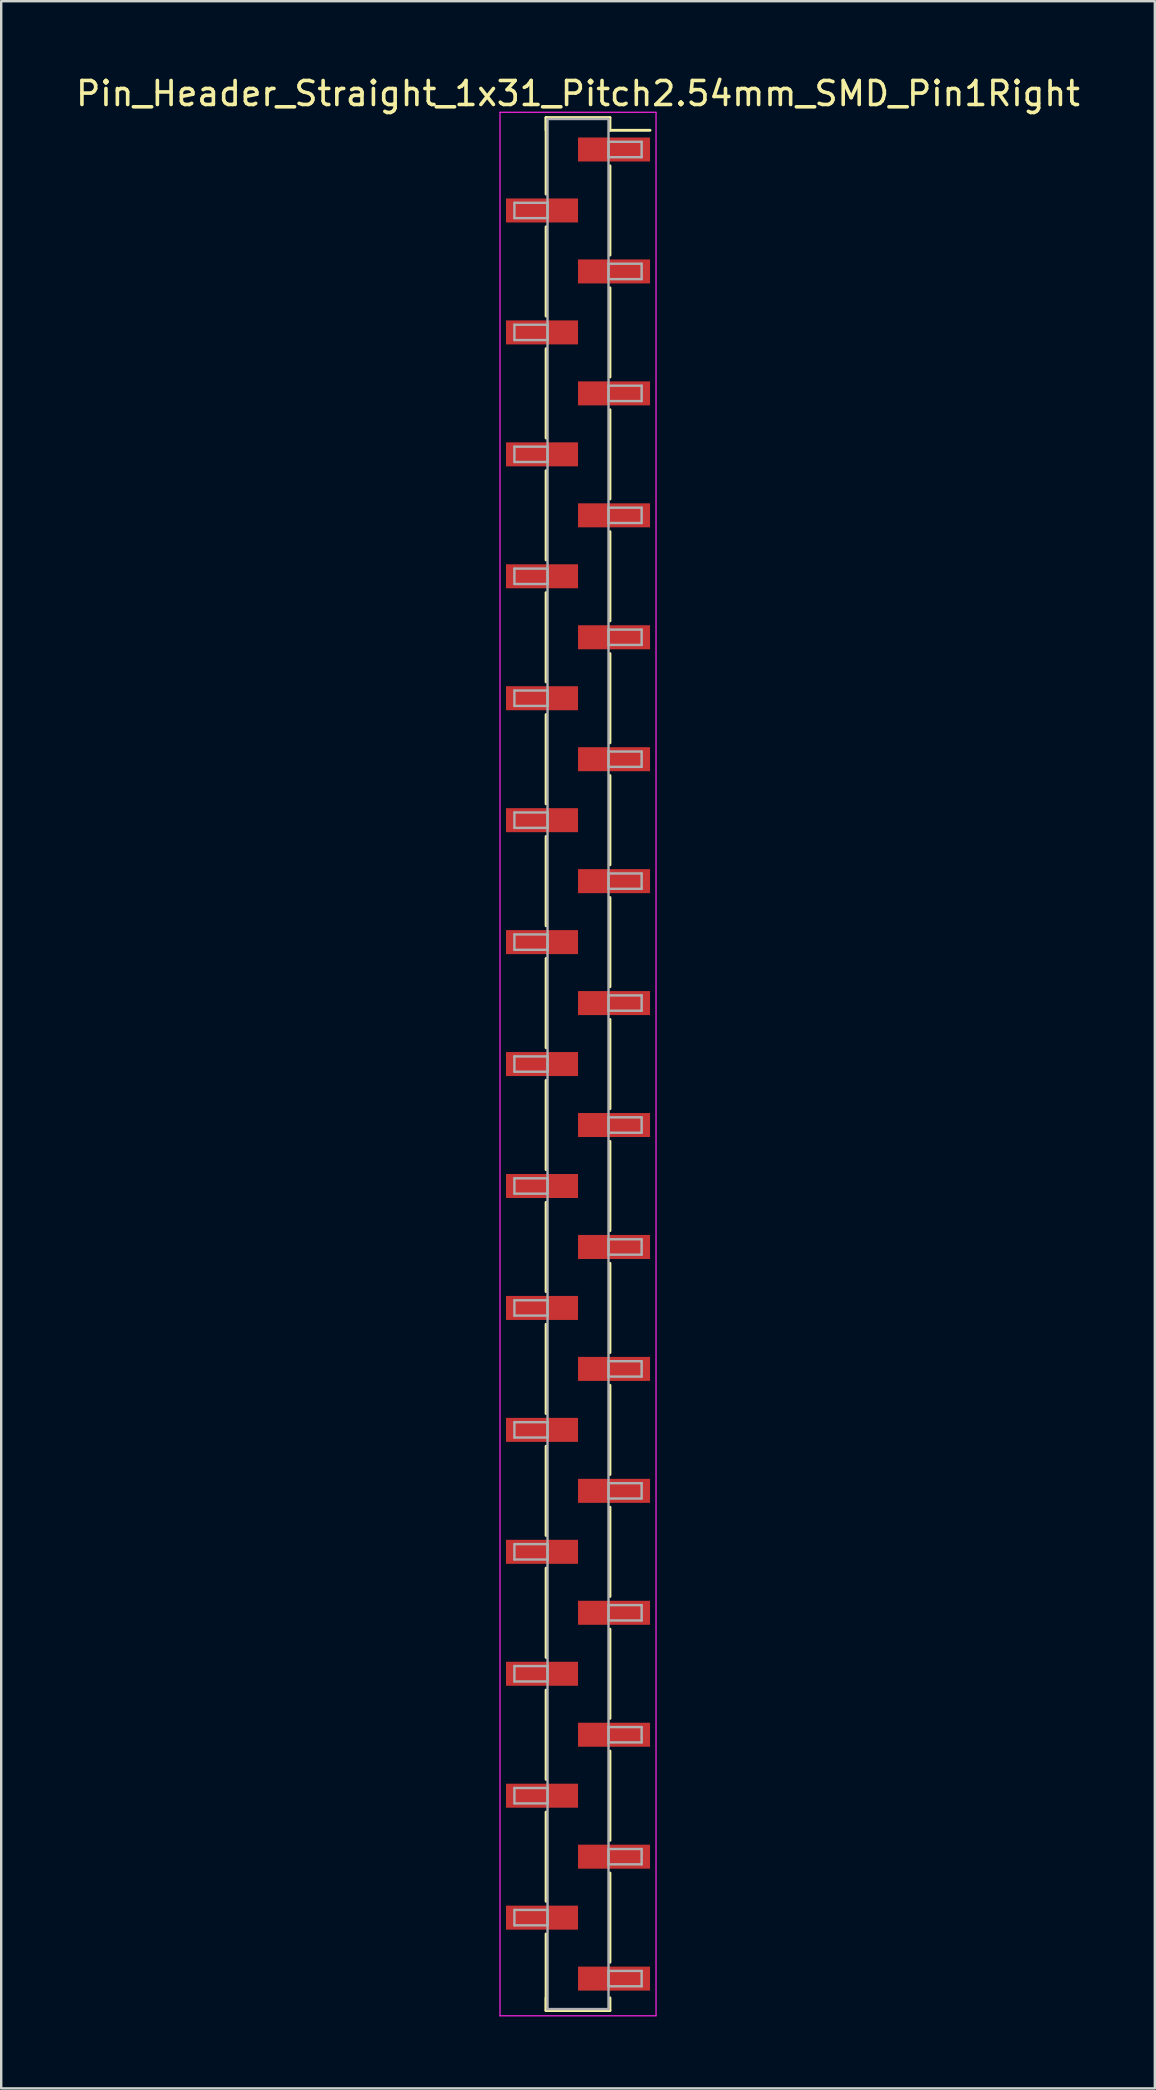
<source format=kicad_pcb>
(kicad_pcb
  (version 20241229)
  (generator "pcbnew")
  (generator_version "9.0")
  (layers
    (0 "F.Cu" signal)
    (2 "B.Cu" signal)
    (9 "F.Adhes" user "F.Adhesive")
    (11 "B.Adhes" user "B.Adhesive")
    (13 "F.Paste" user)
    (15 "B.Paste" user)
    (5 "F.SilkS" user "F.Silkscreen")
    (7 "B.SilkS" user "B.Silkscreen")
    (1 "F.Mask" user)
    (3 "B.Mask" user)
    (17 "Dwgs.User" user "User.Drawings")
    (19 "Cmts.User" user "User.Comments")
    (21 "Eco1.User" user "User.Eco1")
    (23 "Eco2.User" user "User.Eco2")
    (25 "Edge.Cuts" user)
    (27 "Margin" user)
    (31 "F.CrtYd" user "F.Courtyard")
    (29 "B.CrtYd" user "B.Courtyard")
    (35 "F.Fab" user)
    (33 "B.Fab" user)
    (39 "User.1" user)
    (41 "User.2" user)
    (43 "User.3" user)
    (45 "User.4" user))
  (footprint "Pin_Header_Straight_1x31_Pitch2.54mm_SMD_Pin1Right"
    (layer "F.Cu")
    (at 21.03 41.278)
    (property "Reference" "Pin_Header_Straight_1x31_Pitch2.54mm_SMD_Pin1Right" (at 0 -40.43 0) (layer "F.SilkS") (effects (font (size 1 1) (thickness 0.15))))
    (attr smd)
    (fp_line (start -1.33 -39.43) (end -1.33 -36.24) (stroke (width 0.12) (type solid)) (layer "F.SilkS"))
    (fp_line (start -1.33 -39.43) (end 1.33 -39.43) (stroke (width 0.12) (type solid)) (layer "F.SilkS"))
    (fp_line (start -1.33 -38.9) (end -1.33 -39.43) (stroke (width 0.12) (type solid)) (layer "F.SilkS"))
    (fp_line (start -1.33 -34.88) (end -1.33 -31.16) (stroke (width 0.12) (type solid)) (layer "F.SilkS"))
    (fp_line (start -1.33 -29.8) (end -1.33 -26.08) (stroke (width 0.12) (type solid)) (layer "F.SilkS"))
    (fp_line (start -1.33 -24.72) (end -1.33 -21) (stroke (width 0.12) (type solid)) (layer "F.SilkS"))
    (fp_line (start -1.33 -19.64) (end -1.33 -15.92) (stroke (width 0.12) (type solid)) (layer "F.SilkS"))
    (fp_line (start -1.33 -14.56) (end -1.33 -10.84) (stroke (width 0.12) (type solid)) (layer "F.SilkS"))
    (fp_line (start -1.33 -9.48) (end -1.33 -5.76) (stroke (width 0.12) (type solid)) (layer "F.SilkS"))
    (fp_line (start -1.33 -4.4) (end -1.33 -0.68) (stroke (width 0.12) (type solid)) (layer "F.SilkS"))
    (fp_line (start -1.33 0.68) (end -1.33 4.4) (stroke (width 0.12) (type solid)) (layer "F.SilkS"))
    (fp_line (start -1.33 5.76) (end -1.33 9.48) (stroke (width 0.12) (type solid)) (layer "F.SilkS"))
    (fp_line (start -1.33 10.84) (end -1.33 14.56) (stroke (width 0.12) (type solid)) (layer "F.SilkS"))
    (fp_line (start -1.33 15.92) (end -1.33 19.64) (stroke (width 0.12) (type solid)) (layer "F.SilkS"))
    (fp_line (start -1.33 21) (end -1.33 24.72) (stroke (width 0.12) (type solid)) (layer "F.SilkS"))
    (fp_line (start -1.33 26.08) (end -1.33 29.8) (stroke (width 0.12) (type solid)) (layer "F.SilkS"))
    (fp_line (start -1.33 31.16) (end -1.33 34.88) (stroke (width 0.12) (type solid)) (layer "F.SilkS"))
    (fp_line (start -1.33 36.24) (end -1.33 39.43) (stroke (width 0.12) (type solid)) (layer "F.SilkS"))
    (fp_line (start -1.33 38.9) (end -1.33 39.43) (stroke (width 0.12) (type solid)) (layer "F.SilkS"))
    (fp_line (start -1.33 39.43) (end 1.33 39.43) (stroke (width 0.12) (type solid)) (layer "F.SilkS"))
    (fp_line (start 1.33 -39.43) (end 1.33 -38.9) (stroke (width 0.12) (type solid)) (layer "F.SilkS"))
    (fp_line (start 1.33 -38.9) (end 3 -38.9) (stroke (width 0.12) (type solid)) (layer "F.SilkS"))
    (fp_line (start 1.33 -37.42) (end 1.33 -33.7) (stroke (width 0.12) (type solid)) (layer "F.SilkS"))
    (fp_line (start 1.33 -32.34) (end 1.33 -28.62) (stroke (width 0.12) (type solid)) (layer "F.SilkS"))
    (fp_line (start 1.33 -27.26) (end 1.33 -23.54) (stroke (width 0.12) (type solid)) (layer "F.SilkS"))
    (fp_line (start 1.33 -22.18) (end 1.33 -18.46) (stroke (width 0.12) (type solid)) (layer "F.SilkS"))
    (fp_line (start 1.33 -17.1) (end 1.33 -13.38) (stroke (width 0.12) (type solid)) (layer "F.SilkS"))
    (fp_line (start 1.33 -12.02) (end 1.33 -8.3) (stroke (width 0.12) (type solid)) (layer "F.SilkS"))
    (fp_line (start 1.33 -6.94) (end 1.33 -3.22) (stroke (width 0.12) (type solid)) (layer "F.SilkS"))
    (fp_line (start 1.33 -1.86) (end 1.33 1.86) (stroke (width 0.12) (type solid)) (layer "F.SilkS"))
    (fp_line (start 1.33 3.22) (end 1.33 6.94) (stroke (width 0.12) (type solid)) (layer "F.SilkS"))
    (fp_line (start 1.33 8.3) (end 1.33 12.02) (stroke (width 0.12) (type solid)) (layer "F.SilkS"))
    (fp_line (start 1.33 13.38) (end 1.33 17.1) (stroke (width 0.12) (type solid)) (layer "F.SilkS"))
    (fp_line (start 1.33 18.46) (end 1.33 22.18) (stroke (width 0.12) (type solid)) (layer "F.SilkS"))
    (fp_line (start 1.33 23.54) (end 1.33 27.26) (stroke (width 0.12) (type solid)) (layer "F.SilkS"))
    (fp_line (start 1.33 28.62) (end 1.33 32.34) (stroke (width 0.12) (type solid)) (layer "F.SilkS"))
    (fp_line (start 1.33 33.7) (end 1.33 37.42) (stroke (width 0.12) (type solid)) (layer "F.SilkS"))
    (fp_line (start 1.33 39.43) (end 1.33 38.9) (stroke (width 0.12) (type solid)) (layer "F.SilkS"))
    (fp_line (start -3.25 -39.65) (end -3.25 39.65) (stroke (width 0.05) (type solid)) (layer "F.CrtYd"))
    (fp_line (start -3.25 39.65) (end 3.25 39.65) (stroke (width 0.05) (type solid)) (layer "F.CrtYd"))
    (fp_line (start 3.25 -39.65) (end -3.25 -39.65) (stroke (width 0.05) (type solid)) (layer "F.CrtYd"))
    (fp_line (start 3.25 39.65) (end 3.25 -39.65) (stroke (width 0.05) (type solid)) (layer "F.CrtYd"))
    (fp_line (start -2.65 -35.88) (end -1.27 -35.88) (stroke (width 0.1) (type solid)) (layer "F.Fab"))
    (fp_line (start -2.65 -35.24) (end -2.65 -35.88) (stroke (width 0.1) (type solid)) (layer "F.Fab"))
    (fp_line (start -2.65 -30.8) (end -1.27 -30.8) (stroke (width 0.1) (type solid)) (layer "F.Fab"))
    (fp_line (start -2.65 -30.16) (end -2.65 -30.8) (stroke (width 0.1) (type solid)) (layer "F.Fab"))
    (fp_line (start -2.65 -25.72) (end -1.27 -25.72) (stroke (width 0.1) (type solid)) (layer "F.Fab"))
    (fp_line (start -2.65 -25.08) (end -2.65 -25.72) (stroke (width 0.1) (type solid)) (layer "F.Fab"))
    (fp_line (start -2.65 -20.64) (end -1.27 -20.64) (stroke (width 0.1) (type solid)) (layer "F.Fab"))
    (fp_line (start -2.65 -20) (end -2.65 -20.64) (stroke (width 0.1) (type solid)) (layer "F.Fab"))
    (fp_line (start -2.65 -15.56) (end -1.27 -15.56) (stroke (width 0.1) (type solid)) (layer "F.Fab"))
    (fp_line (start -2.65 -14.92) (end -2.65 -15.56) (stroke (width 0.1) (type solid)) (layer "F.Fab"))
    (fp_line (start -2.65 -10.48) (end -1.27 -10.48) (stroke (width 0.1) (type solid)) (layer "F.Fab"))
    (fp_line (start -2.65 -9.84) (end -2.65 -10.48) (stroke (width 0.1) (type solid)) (layer "F.Fab"))
    (fp_line (start -2.65 -5.4) (end -1.27 -5.4) (stroke (width 0.1) (type solid)) (layer "F.Fab"))
    (fp_line (start -2.65 -4.76) (end -2.65 -5.4) (stroke (width 0.1) (type solid)) (layer "F.Fab"))
    (fp_line (start -2.65 -0.32) (end -1.27 -0.32) (stroke (width 0.1) (type solid)) (layer "F.Fab"))
    (fp_line (start -2.65 0.32) (end -2.65 -0.32) (stroke (width 0.1) (type solid)) (layer "F.Fab"))
    (fp_line (start -2.65 4.76) (end -1.27 4.76) (stroke (width 0.1) (type solid)) (layer "F.Fab"))
    (fp_line (start -2.65 5.4) (end -2.65 4.76) (stroke (width 0.1) (type solid)) (layer "F.Fab"))
    (fp_line (start -2.65 9.84) (end -1.27 9.84) (stroke (width 0.1) (type solid)) (layer "F.Fab"))
    (fp_line (start -2.65 10.48) (end -2.65 9.84) (stroke (width 0.1) (type solid)) (layer "F.Fab"))
    (fp_line (start -2.65 14.92) (end -1.27 14.92) (stroke (width 0.1) (type solid)) (layer "F.Fab"))
    (fp_line (start -2.65 15.56) (end -2.65 14.92) (stroke (width 0.1) (type solid)) (layer "F.Fab"))
    (fp_line (start -2.65 20) (end -1.27 20) (stroke (width 0.1) (type solid)) (layer "F.Fab"))
    (fp_line (start -2.65 20.64) (end -2.65 20) (stroke (width 0.1) (type solid)) (layer "F.Fab"))
    (fp_line (start -2.65 25.08) (end -1.27 25.08) (stroke (width 0.1) (type solid)) (layer "F.Fab"))
    (fp_line (start -2.65 25.72) (end -2.65 25.08) (stroke (width 0.1) (type solid)) (layer "F.Fab"))
    (fp_line (start -2.65 30.16) (end -1.27 30.16) (stroke (width 0.1) (type solid)) (layer "F.Fab"))
    (fp_line (start -2.65 30.8) (end -2.65 30.16) (stroke (width 0.1) (type solid)) (layer "F.Fab"))
    (fp_line (start -2.65 35.24) (end -1.27 35.24) (stroke (width 0.1) (type solid)) (layer "F.Fab"))
    (fp_line (start -2.65 35.88) (end -2.65 35.24) (stroke (width 0.1) (type solid)) (layer "F.Fab"))
    (fp_line (start -1.27 -39.37) (end -1.27 39.37) (stroke (width 0.1) (type solid)) (layer "F.Fab"))
    (fp_line (start -1.27 -35.88) (end -1.27 -35.24) (stroke (width 0.1) (type solid)) (layer "F.Fab"))
    (fp_line (start -1.27 -35.24) (end -2.65 -35.24) (stroke (width 0.1) (type solid)) (layer "F.Fab"))
    (fp_line (start -1.27 -30.8) (end -1.27 -30.16) (stroke (width 0.1) (type solid)) (layer "F.Fab"))
    (fp_line (start -1.27 -30.16) (end -2.65 -30.16) (stroke (width 0.1) (type solid)) (layer "F.Fab"))
    (fp_line (start -1.27 -25.72) (end -1.27 -25.08) (stroke (width 0.1) (type solid)) (layer "F.Fab"))
    (fp_line (start -1.27 -25.08) (end -2.65 -25.08) (stroke (width 0.1) (type solid)) (layer "F.Fab"))
    (fp_line (start -1.27 -20.64) (end -1.27 -20) (stroke (width 0.1) (type solid)) (layer "F.Fab"))
    (fp_line (start -1.27 -20) (end -2.65 -20) (stroke (width 0.1) (type solid)) (layer "F.Fab"))
    (fp_line (start -1.27 -15.56) (end -1.27 -14.92) (stroke (width 0.1) (type solid)) (layer "F.Fab"))
    (fp_line (start -1.27 -14.92) (end -2.65 -14.92) (stroke (width 0.1) (type solid)) (layer "F.Fab"))
    (fp_line (start -1.27 -10.48) (end -1.27 -9.84) (stroke (width 0.1) (type solid)) (layer "F.Fab"))
    (fp_line (start -1.27 -9.84) (end -2.65 -9.84) (stroke (width 0.1) (type solid)) (layer "F.Fab"))
    (fp_line (start -1.27 -5.4) (end -1.27 -4.76) (stroke (width 0.1) (type solid)) (layer "F.Fab"))
    (fp_line (start -1.27 -4.76) (end -2.65 -4.76) (stroke (width 0.1) (type solid)) (layer "F.Fab"))
    (fp_line (start -1.27 -0.32) (end -1.27 0.32) (stroke (width 0.1) (type solid)) (layer "F.Fab"))
    (fp_line (start -1.27 0.32) (end -2.65 0.32) (stroke (width 0.1) (type solid)) (layer "F.Fab"))
    (fp_line (start -1.27 4.76) (end -1.27 5.4) (stroke (width 0.1) (type solid)) (layer "F.Fab"))
    (fp_line (start -1.27 5.4) (end -2.65 5.4) (stroke (width 0.1) (type solid)) (layer "F.Fab"))
    (fp_line (start -1.27 9.84) (end -1.27 10.48) (stroke (width 0.1) (type solid)) (layer "F.Fab"))
    (fp_line (start -1.27 10.48) (end -2.65 10.48) (stroke (width 0.1) (type solid)) (layer "F.Fab"))
    (fp_line (start -1.27 14.92) (end -1.27 15.56) (stroke (width 0.1) (type solid)) (layer "F.Fab"))
    (fp_line (start -1.27 15.56) (end -2.65 15.56) (stroke (width 0.1) (type solid)) (layer "F.Fab"))
    (fp_line (start -1.27 20) (end -1.27 20.64) (stroke (width 0.1) (type solid)) (layer "F.Fab"))
    (fp_line (start -1.27 20.64) (end -2.65 20.64) (stroke (width 0.1) (type solid)) (layer "F.Fab"))
    (fp_line (start -1.27 25.08) (end -1.27 25.72) (stroke (width 0.1) (type solid)) (layer "F.Fab"))
    (fp_line (start -1.27 25.72) (end -2.65 25.72) (stroke (width 0.1) (type solid)) (layer "F.Fab"))
    (fp_line (start -1.27 30.16) (end -1.27 30.8) (stroke (width 0.1) (type solid)) (layer "F.Fab"))
    (fp_line (start -1.27 30.8) (end -2.65 30.8) (stroke (width 0.1) (type solid)) (layer "F.Fab"))
    (fp_line (start -1.27 35.24) (end -1.27 35.88) (stroke (width 0.1) (type solid)) (layer "F.Fab"))
    (fp_line (start -1.27 35.88) (end -2.65 35.88) (stroke (width 0.1) (type solid)) (layer "F.Fab"))
    (fp_line (start -1.27 39.37) (end 1.27 39.37) (stroke (width 0.1) (type solid)) (layer "F.Fab"))
    (fp_line (start 1.27 -39.37) (end -1.27 -39.37) (stroke (width 0.1) (type solid)) (layer "F.Fab"))
    (fp_line (start 1.27 -38.42) (end 1.27 -37.78) (stroke (width 0.1) (type solid)) (layer "F.Fab"))
    (fp_line (start 1.27 -37.78) (end 2.65 -37.78) (stroke (width 0.1) (type solid)) (layer "F.Fab"))
    (fp_line (start 1.27 -33.34) (end 1.27 -32.7) (stroke (width 0.1) (type solid)) (layer "F.Fab"))
    (fp_line (start 1.27 -32.7) (end 2.65 -32.7) (stroke (width 0.1) (type solid)) (layer "F.Fab"))
    (fp_line (start 1.27 -28.26) (end 1.27 -27.62) (stroke (width 0.1) (type solid)) (layer "F.Fab"))
    (fp_line (start 1.27 -27.62) (end 2.65 -27.62) (stroke (width 0.1) (type solid)) (layer "F.Fab"))
    (fp_line (start 1.27 -23.18) (end 1.27 -22.54) (stroke (width 0.1) (type solid)) (layer "F.Fab"))
    (fp_line (start 1.27 -22.54) (end 2.65 -22.54) (stroke (width 0.1) (type solid)) (layer "F.Fab"))
    (fp_line (start 1.27 -18.1) (end 1.27 -17.46) (stroke (width 0.1) (type solid)) (layer "F.Fab"))
    (fp_line (start 1.27 -17.46) (end 2.65 -17.46) (stroke (width 0.1) (type solid)) (layer "F.Fab"))
    (fp_line (start 1.27 -13.02) (end 1.27 -12.38) (stroke (width 0.1) (type solid)) (layer "F.Fab"))
    (fp_line (start 1.27 -12.38) (end 2.65 -12.38) (stroke (width 0.1) (type solid)) (layer "F.Fab"))
    (fp_line (start 1.27 -7.94) (end 1.27 -7.3) (stroke (width 0.1) (type solid)) (layer "F.Fab"))
    (fp_line (start 1.27 -7.3) (end 2.65 -7.3) (stroke (width 0.1) (type solid)) (layer "F.Fab"))
    (fp_line (start 1.27 -2.86) (end 1.27 -2.22) (stroke (width 0.1) (type solid)) (layer "F.Fab"))
    (fp_line (start 1.27 -2.22) (end 2.65 -2.22) (stroke (width 0.1) (type solid)) (layer "F.Fab"))
    (fp_line (start 1.27 2.22) (end 1.27 2.86) (stroke (width 0.1) (type solid)) (layer "F.Fab"))
    (fp_line (start 1.27 2.86) (end 2.65 2.86) (stroke (width 0.1) (type solid)) (layer "F.Fab"))
    (fp_line (start 1.27 7.3) (end 1.27 7.94) (stroke (width 0.1) (type solid)) (layer "F.Fab"))
    (fp_line (start 1.27 7.94) (end 2.65 7.94) (stroke (width 0.1) (type solid)) (layer "F.Fab"))
    (fp_line (start 1.27 12.38) (end 1.27 13.02) (stroke (width 0.1) (type solid)) (layer "F.Fab"))
    (fp_line (start 1.27 13.02) (end 2.65 13.02) (stroke (width 0.1) (type solid)) (layer "F.Fab"))
    (fp_line (start 1.27 17.46) (end 1.27 18.1) (stroke (width 0.1) (type solid)) (layer "F.Fab"))
    (fp_line (start 1.27 18.1) (end 2.65 18.1) (stroke (width 0.1) (type solid)) (layer "F.Fab"))
    (fp_line (start 1.27 22.54) (end 1.27 23.18) (stroke (width 0.1) (type solid)) (layer "F.Fab"))
    (fp_line (start 1.27 23.18) (end 2.65 23.18) (stroke (width 0.1) (type solid)) (layer "F.Fab"))
    (fp_line (start 1.27 27.62) (end 1.27 28.26) (stroke (width 0.1) (type solid)) (layer "F.Fab"))
    (fp_line (start 1.27 28.26) (end 2.65 28.26) (stroke (width 0.1) (type solid)) (layer "F.Fab"))
    (fp_line (start 1.27 32.7) (end 1.27 33.34) (stroke (width 0.1) (type solid)) (layer "F.Fab"))
    (fp_line (start 1.27 33.34) (end 2.65 33.34) (stroke (width 0.1) (type solid)) (layer "F.Fab"))
    (fp_line (start 1.27 37.78) (end 1.27 38.42) (stroke (width 0.1) (type solid)) (layer "F.Fab"))
    (fp_line (start 1.27 38.42) (end 2.65 38.42) (stroke (width 0.1) (type solid)) (layer "F.Fab"))
    (fp_line (start 1.27 39.37) (end 1.27 -39.37) (stroke (width 0.1) (type solid)) (layer "F.Fab"))
    (fp_line (start 2.65 -38.42) (end 1.27 -38.42) (stroke (width 0.1) (type solid)) (layer "F.Fab"))
    (fp_line (start 2.65 -37.78) (end 2.65 -38.42) (stroke (width 0.1) (type solid)) (layer "F.Fab"))
    (fp_line (start 2.65 -33.34) (end 1.27 -33.34) (stroke (width 0.1) (type solid)) (layer "F.Fab"))
    (fp_line (start 2.65 -32.7) (end 2.65 -33.34) (stroke (width 0.1) (type solid)) (layer "F.Fab"))
    (fp_line (start 2.65 -28.26) (end 1.27 -28.26) (stroke (width 0.1) (type solid)) (layer "F.Fab"))
    (fp_line (start 2.65 -27.62) (end 2.65 -28.26) (stroke (width 0.1) (type solid)) (layer "F.Fab"))
    (fp_line (start 2.65 -23.18) (end 1.27 -23.18) (stroke (width 0.1) (type solid)) (layer "F.Fab"))
    (fp_line (start 2.65 -22.54) (end 2.65 -23.18) (stroke (width 0.1) (type solid)) (layer "F.Fab"))
    (fp_line (start 2.65 -18.1) (end 1.27 -18.1) (stroke (width 0.1) (type solid)) (layer "F.Fab"))
    (fp_line (start 2.65 -17.46) (end 2.65 -18.1) (stroke (width 0.1) (type solid)) (layer "F.Fab"))
    (fp_line (start 2.65 -13.02) (end 1.27 -13.02) (stroke (width 0.1) (type solid)) (layer "F.Fab"))
    (fp_line (start 2.65 -12.38) (end 2.65 -13.02) (stroke (width 0.1) (type solid)) (layer "F.Fab"))
    (fp_line (start 2.65 -7.94) (end 1.27 -7.94) (stroke (width 0.1) (type solid)) (layer "F.Fab"))
    (fp_line (start 2.65 -7.3) (end 2.65 -7.94) (stroke (width 0.1) (type solid)) (layer "F.Fab"))
    (fp_line (start 2.65 -2.86) (end 1.27 -2.86) (stroke (width 0.1) (type solid)) (layer "F.Fab"))
    (fp_line (start 2.65 -2.22) (end 2.65 -2.86) (stroke (width 0.1) (type solid)) (layer "F.Fab"))
    (fp_line (start 2.65 2.22) (end 1.27 2.22) (stroke (width 0.1) (type solid)) (layer "F.Fab"))
    (fp_line (start 2.65 2.86) (end 2.65 2.22) (stroke (width 0.1) (type solid)) (layer "F.Fab"))
    (fp_line (start 2.65 7.3) (end 1.27 7.3) (stroke (width 0.1) (type solid)) (layer "F.Fab"))
    (fp_line (start 2.65 7.94) (end 2.65 7.3) (stroke (width 0.1) (type solid)) (layer "F.Fab"))
    (fp_line (start 2.65 12.38) (end 1.27 12.38) (stroke (width 0.1) (type solid)) (layer "F.Fab"))
    (fp_line (start 2.65 13.02) (end 2.65 12.38) (stroke (width 0.1) (type solid)) (layer "F.Fab"))
    (fp_line (start 2.65 17.46) (end 1.27 17.46) (stroke (width 0.1) (type solid)) (layer "F.Fab"))
    (fp_line (start 2.65 18.1) (end 2.65 17.46) (stroke (width 0.1) (type solid)) (layer "F.Fab"))
    (fp_line (start 2.65 22.54) (end 1.27 22.54) (stroke (width 0.1) (type solid)) (layer "F.Fab"))
    (fp_line (start 2.65 23.18) (end 2.65 22.54) (stroke (width 0.1) (type solid)) (layer "F.Fab"))
    (fp_line (start 2.65 27.62) (end 1.27 27.62) (stroke (width 0.1) (type solid)) (layer "F.Fab"))
    (fp_line (start 2.65 28.26) (end 2.65 27.62) (stroke (width 0.1) (type solid)) (layer "F.Fab"))
    (fp_line (start 2.65 32.7) (end 1.27 32.7) (stroke (width 0.1) (type solid)) (layer "F.Fab"))
    (fp_line (start 2.65 33.34) (end 2.65 32.7) (stroke (width 0.1) (type solid)) (layer "F.Fab"))
    (fp_line (start 2.65 37.78) (end 1.27 37.78) (stroke (width 0.1) (type solid)) (layer "F.Fab"))
    (fp_line (start 2.65 38.42) (end 2.65 37.78) (stroke (width 0.1) (type solid)) (layer "F.Fab"))
    (pad "1" smd rect (at 1.5 -38.1) (size 3 1) (layers "F.Cu" "F.Mask"))
    (pad "2" smd rect (at -1.5 -35.56) (size 3 1) (layers "F.Cu" "F.Mask"))
    (pad "3" smd rect (at 1.5 -33.02) (size 3 1) (layers "F.Cu" "F.Mask"))
    (pad "4" smd rect (at -1.5 -30.48) (size 3 1) (layers "F.Cu" "F.Mask"))
    (pad "5" smd rect (at 1.5 -27.94) (size 3 1) (layers "F.Cu" "F.Mask"))
    (pad "6" smd rect (at -1.5 -25.4) (size 3 1) (layers "F.Cu" "F.Mask"))
    (pad "7" smd rect (at 1.5 -22.86) (size 3 1) (layers "F.Cu" "F.Mask"))
    (pad "8" smd rect (at -1.5 -20.32) (size 3 1) (layers "F.Cu" "F.Mask"))
    (pad "9" smd rect (at 1.5 -17.78) (size 3 1) (layers "F.Cu" "F.Mask"))
    (pad "10" smd rect (at -1.5 -15.24) (size 3 1) (layers "F.Cu" "F.Mask"))
    (pad "11" smd rect (at 1.5 -12.7) (size 3 1) (layers "F.Cu" "F.Mask"))
    (pad "12" smd rect (at -1.5 -10.16) (size 3 1) (layers "F.Cu" "F.Mask"))
    (pad "13" smd rect (at 1.5 -7.62) (size 3 1) (layers "F.Cu" "F.Mask"))
    (pad "14" smd rect (at -1.5 -5.08) (size 3 1) (layers "F.Cu" "F.Mask"))
    (pad "15" smd rect (at 1.5 -2.54) (size 3 1) (layers "F.Cu" "F.Mask"))
    (pad "16" smd rect (at -1.5 0) (size 3 1) (layers "F.Cu" "F.Mask"))
    (pad "17" smd rect (at 1.5 2.54) (size 3 1) (layers "F.Cu" "F.Mask"))
    (pad "18" smd rect (at -1.5 5.08) (size 3 1) (layers "F.Cu" "F.Mask"))
    (pad "19" smd rect (at 1.5 7.62) (size 3 1) (layers "F.Cu" "F.Mask"))
    (pad "20" smd rect (at -1.5 10.16) (size 3 1) (layers "F.Cu" "F.Mask"))
    (pad "21" smd rect (at 1.5 12.7) (size 3 1) (layers "F.Cu" "F.Mask"))
    (pad "22" smd rect (at -1.5 15.24) (size 3 1) (layers "F.Cu" "F.Mask"))
    (pad "23" smd rect (at 1.5 17.78) (size 3 1) (layers "F.Cu" "F.Mask"))
    (pad "24" smd rect (at -1.5 20.32) (size 3 1) (layers "F.Cu" "F.Mask"))
    (pad "25" smd rect (at 1.5 22.86) (size 3 1) (layers "F.Cu" "F.Mask"))
    (pad "26" smd rect (at -1.5 25.4) (size 3 1) (layers "F.Cu" "F.Mask"))
    (pad "27" smd rect (at 1.5 27.94) (size 3 1) (layers "F.Cu" "F.Mask"))
    (pad "28" smd rect (at -1.5 30.48) (size 3 1) (layers "F.Cu" "F.Mask"))
    (pad "29" smd rect (at 1.5 33.02) (size 3 1) (layers "F.Cu" "F.Mask"))
    (pad "30" smd rect (at -1.5 35.56) (size 3 1) (layers "F.Cu" "F.Mask"))
    (pad "31" smd rect (at 1.5 38.1) (size 3 1) (layers "F.Cu" "F.Mask")))
  (gr_rect
    (start -3 -3)
    (end 45.06 83.953)
    (stroke (width 0.1) (type default))
    (fill no)
    (layer "Edge.Cuts")))
</source>
